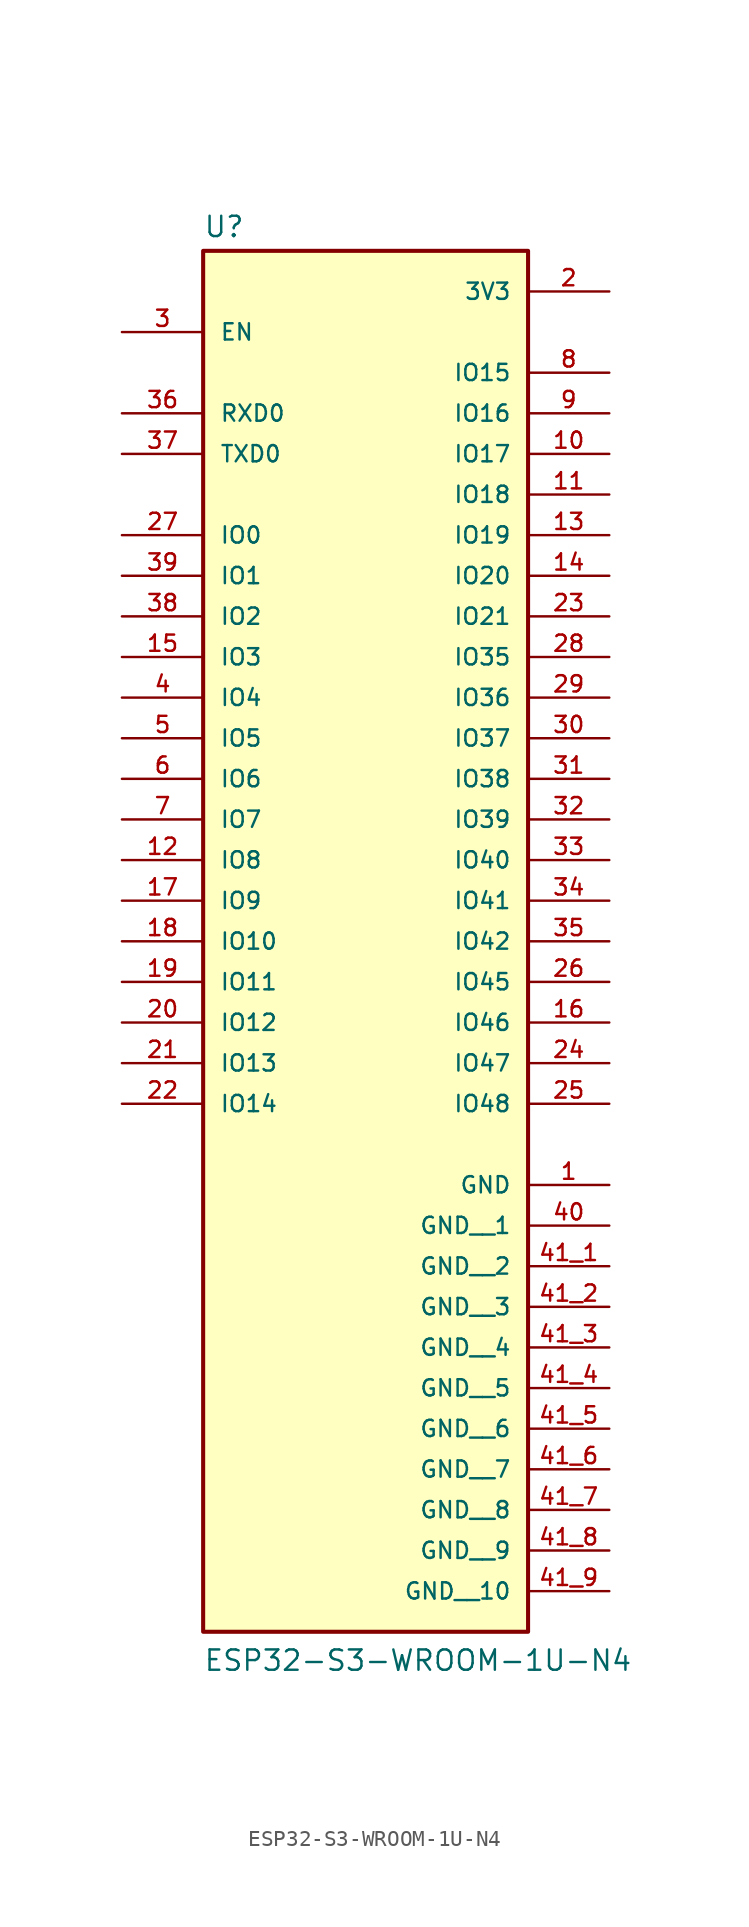
<source format=kicad_sym>
(kicad_symbol_lib
  (version 20241209)
  (generator "kicad_symbol_editor")
  (generator_version "9.0")
  (symbol "ESP32-S3-WROOM-1U-N4"
    (pin_names
      (offset 1.016))
    (property "Reference" "U"
      (at -10.16 31.242 0)
      (effects (font (size 1.27 1.27)) (justify left bottom)))
    (property "Value" "ESP32-S3-WROOM-1U-N4"
      (at -10.16 -58.42 0)
      (effects (font (size 1.27 1.27)) (justify left bottom)))
    (symbol "ESP32-S3-WROOM-1U-N4_0_0"
      (rectangle (start -10.16 -55.88) (end 10.16 30.48) (stroke (width 0.254) (type default)) (fill (type background)))
      (pin input line (at -15.24 25.4 0) (length 5.08) (name "EN" (effects (font (size 1.016 1.016)))) (number "3" (effects (font (size 1.016 1.016)))))
      (pin bidirectional line (at -15.24 20.32 0) (length 5.08) (name "RXD0" (effects (font (size 1.016 1.016)))) (number "36" (effects (font (size 1.016 1.016)))))
      (pin bidirectional line (at -15.24 17.78 0) (length 5.08) (name "TXD0" (effects (font (size 1.016 1.016)))) (number "37" (effects (font (size 1.016 1.016)))))
      (pin bidirectional line (at -15.24 12.7 0) (length 5.08) (name "IO0" (effects (font (size 1.016 1.016)))) (number "27" (effects (font (size 1.016 1.016)))))
      (pin bidirectional line (at -15.24 10.16 0) (length 5.08) (name "IO1" (effects (font (size 1.016 1.016)))) (number "39" (effects (font (size 1.016 1.016)))))
      (pin bidirectional line (at -15.24 7.62 0) (length 5.08) (name "IO2" (effects (font (size 1.016 1.016)))) (number "38" (effects (font (size 1.016 1.016)))))
      (pin bidirectional line (at -15.24 5.08 0) (length 5.08) (name "IO3" (effects (font (size 1.016 1.016)))) (number "15" (effects (font (size 1.016 1.016)))))
      (pin bidirectional line (at -15.24 2.54 0) (length 5.08) (name "IO4" (effects (font (size 1.016 1.016)))) (number "4" (effects (font (size 1.016 1.016)))))
      (pin bidirectional line (at -15.24 0 0) (length 5.08) (name "IO5" (effects (font (size 1.016 1.016)))) (number "5" (effects (font (size 1.016 1.016)))))
      (pin bidirectional line (at -15.24 -2.54 0) (length 5.08) (name "IO6" (effects (font (size 1.016 1.016)))) (number "6" (effects (font (size 1.016 1.016)))))
      (pin bidirectional line (at -15.24 -5.08 0) (length 5.08) (name "IO7" (effects (font (size 1.016 1.016)))) (number "7" (effects (font (size 1.016 1.016)))))
      (pin bidirectional line (at -15.24 -7.62 0) (length 5.08) (name "IO8" (effects (font (size 1.016 1.016)))) (number "12" (effects (font (size 1.016 1.016)))))
      (pin bidirectional line (at -15.24 -10.16 0) (length 5.08) (name "IO9" (effects (font (size 1.016 1.016)))) (number "17" (effects (font (size 1.016 1.016)))))
      (pin bidirectional line (at -15.24 -12.7 0) (length 5.08) (name "IO10" (effects (font (size 1.016 1.016)))) (number "18" (effects (font (size 1.016 1.016)))))
      (pin bidirectional line (at -15.24 -15.24 0) (length 5.08) (name "IO11" (effects (font (size 1.016 1.016)))) (number "19" (effects (font (size 1.016 1.016)))))
      (pin bidirectional line (at -15.24 -17.78 0) (length 5.08) (name "IO12" (effects (font (size 1.016 1.016)))) (number "20" (effects (font (size 1.016 1.016)))))
      (pin bidirectional line (at -15.24 -20.32 0) (length 5.08) (name "IO13" (effects (font (size 1.016 1.016)))) (number "21" (effects (font (size 1.016 1.016)))))
      (pin bidirectional line (at -15.24 -22.86 0) (length 5.08) (name "IO14" (effects (font (size 1.016 1.016)))) (number "22" (effects (font (size 1.016 1.016)))))
      (pin power_in line (at 15.24 27.94 180) (length 5.08) (name "3V3" (effects (font (size 1.016 1.016)))) (number "2" (effects (font (size 1.016 1.016)))))
      (pin bidirectional line (at 15.24 22.86 180) (length 5.08) (name "IO15" (effects (font (size 1.016 1.016)))) (number "8" (effects (font (size 1.016 1.016)))))
      (pin bidirectional line (at 15.24 20.32 180) (length 5.08) (name "IO16" (effects (font (size 1.016 1.016)))) (number "9" (effects (font (size 1.016 1.016)))))
      (pin bidirectional line (at 15.24 17.78 180) (length 5.08) (name "IO17" (effects (font (size 1.016 1.016)))) (number "10" (effects (font (size 1.016 1.016)))))
      (pin bidirectional line (at 15.24 15.24 180) (length 5.08) (name "IO18" (effects (font (size 1.016 1.016)))) (number "11" (effects (font (size 1.016 1.016)))))
      (pin bidirectional line (at 15.24 12.7 180) (length 5.08) (name "IO19" (effects (font (size 1.016 1.016)))) (number "13" (effects (font (size 1.016 1.016)))))
      (pin bidirectional line (at 15.24 10.16 180) (length 5.08) (name "IO20" (effects (font (size 1.016 1.016)))) (number "14" (effects (font (size 1.016 1.016)))))
      (pin bidirectional line (at 15.24 7.62 180) (length 5.08) (name "IO21" (effects (font (size 1.016 1.016)))) (number "23" (effects (font (size 1.016 1.016)))))
      (pin bidirectional line (at 15.24 5.08 180) (length 5.08) (name "IO35" (effects (font (size 1.016 1.016)))) (number "28" (effects (font (size 1.016 1.016)))))
      (pin bidirectional line (at 15.24 2.54 180) (length 5.08) (name "IO36" (effects (font (size 1.016 1.016)))) (number "29" (effects (font (size 1.016 1.016)))))
      (pin bidirectional line (at 15.24 0 180) (length 5.08) (name "IO37" (effects (font (size 1.016 1.016)))) (number "30" (effects (font (size 1.016 1.016)))))
      (pin bidirectional line (at 15.24 -2.54 180) (length 5.08) (name "IO38" (effects (font (size 1.016 1.016)))) (number "31" (effects (font (size 1.016 1.016)))))
      (pin bidirectional line (at 15.24 -5.08 180) (length 5.08) (name "IO39" (effects (font (size 1.016 1.016)))) (number "32" (effects (font (size 1.016 1.016)))))
      (pin bidirectional line (at 15.24 -7.62 180) (length 5.08) (name "IO40" (effects (font (size 1.016 1.016)))) (number "33" (effects (font (size 1.016 1.016)))))
      (pin bidirectional line (at 15.24 -10.16 180) (length 5.08) (name "IO41" (effects (font (size 1.016 1.016)))) (number "34" (effects (font (size 1.016 1.016)))))
      (pin bidirectional line (at 15.24 -12.7 180) (length 5.08) (name "IO42" (effects (font (size 1.016 1.016)))) (number "35" (effects (font (size 1.016 1.016)))))
      (pin bidirectional line (at 15.24 -15.24 180) (length 5.08) (name "IO45" (effects (font (size 1.016 1.016)))) (number "26" (effects (font (size 1.016 1.016)))))
      (pin bidirectional line (at 15.24 -17.78 180) (length 5.08) (name "IO46" (effects (font (size 1.016 1.016)))) (number "16" (effects (font (size 1.016 1.016)))))
      (pin bidirectional line (at 15.24 -20.32 180) (length 5.08) (name "IO47" (effects (font (size 1.016 1.016)))) (number "24" (effects (font (size 1.016 1.016)))))
      (pin bidirectional line (at 15.24 -22.86 180) (length 5.08) (name "IO48" (effects (font (size 1.016 1.016)))) (number "25" (effects (font (size 1.016 1.016)))))
      (pin power_in line (at 15.24 -27.94 180) (length 5.08) (name "GND" (effects (font (size 1.016 1.016)))) (number "1" (effects (font (size 1.016 1.016)))))
      (pin power_in line (at 15.24 -30.48 180) (length 5.08) (name "GND__1" (effects (font (size 1.016 1.016)))) (number "40" (effects (font (size 1.016 1.016)))))
      (pin power_in line (at 15.24 -33.02 180) (length 5.08) (name "GND__2" (effects (font (size 1.016 1.016)))) (number "41_1" (effects (font (size 1.016 1.016)))))
      (pin power_in line (at 15.24 -35.56 180) (length 5.08) (name "GND__3" (effects (font (size 1.016 1.016)))) (number "41_2" (effects (font (size 1.016 1.016)))))
      (pin power_in line (at 15.24 -38.1 180) (length 5.08) (name "GND__4" (effects (font (size 1.016 1.016)))) (number "41_3" (effects (font (size 1.016 1.016)))))
      (pin power_in line (at 15.24 -40.64 180) (length 5.08) (name "GND__5" (effects (font (size 1.016 1.016)))) (number "41_4" (effects (font (size 1.016 1.016)))))
      (pin power_in line (at 15.24 -43.18 180) (length 5.08) (name "GND__6" (effects (font (size 1.016 1.016)))) (number "41_5" (effects (font (size 1.016 1.016)))))
      (pin power_in line (at 15.24 -45.72 180) (length 5.08) (name "GND__7" (effects (font (size 1.016 1.016)))) (number "41_6" (effects (font (size 1.016 1.016)))))
      (pin power_in line (at 15.24 -48.26 180) (length 5.08) (name "GND__8" (effects (font (size 1.016 1.016)))) (number "41_7" (effects (font (size 1.016 1.016)))))
      (pin power_in line (at 15.24 -50.8 180) (length 5.08) (name "GND__9" (effects (font (size 1.016 1.016)))) (number "41_8" (effects (font (size 1.016 1.016)))))
      (pin power_in line (at 15.24 -53.34 180) (length 5.08) (name "GND__10" (effects (font (size 1.016 1.016)))) (number "41_9" (effects (font (size 1.016 1.016))))))))
</source>
